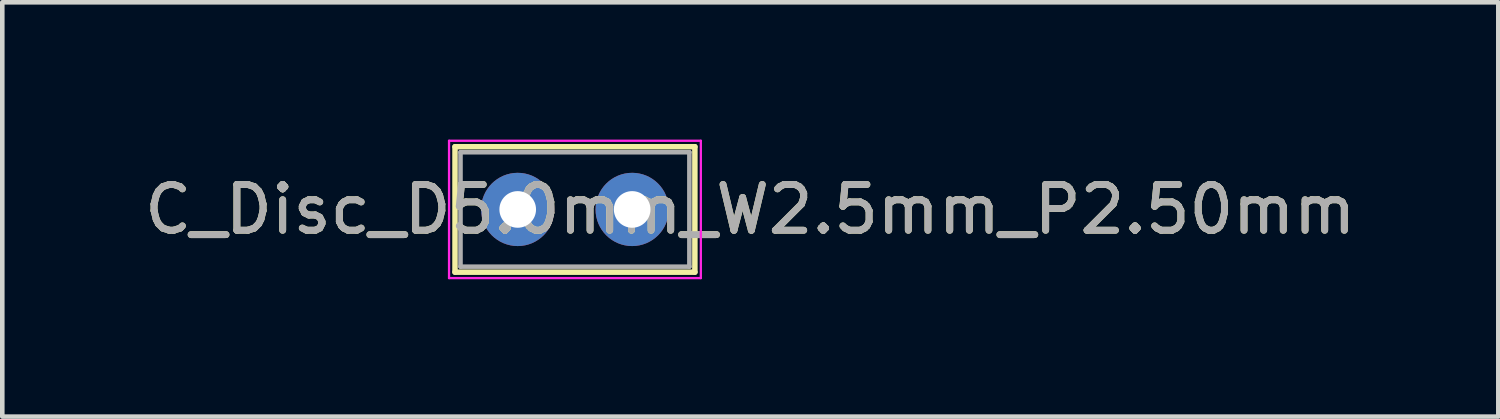
<source format=kicad_pcb>
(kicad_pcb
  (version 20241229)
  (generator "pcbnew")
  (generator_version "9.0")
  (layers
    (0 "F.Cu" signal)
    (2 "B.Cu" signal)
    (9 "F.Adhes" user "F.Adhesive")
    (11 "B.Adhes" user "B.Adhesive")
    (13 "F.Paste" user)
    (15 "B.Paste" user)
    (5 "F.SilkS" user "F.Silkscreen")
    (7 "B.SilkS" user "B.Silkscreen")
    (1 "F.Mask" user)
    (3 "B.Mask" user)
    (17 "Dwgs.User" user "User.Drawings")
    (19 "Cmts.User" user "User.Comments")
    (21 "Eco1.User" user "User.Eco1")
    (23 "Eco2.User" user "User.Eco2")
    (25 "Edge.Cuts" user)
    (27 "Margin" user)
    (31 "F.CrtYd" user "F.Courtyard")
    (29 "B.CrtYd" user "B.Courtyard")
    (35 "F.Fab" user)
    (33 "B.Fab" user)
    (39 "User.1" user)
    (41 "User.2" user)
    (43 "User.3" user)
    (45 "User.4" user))
  (footprint "C_Disc_D5.0mm_W2.5mm_P2.50mm"
    (layer "F.Cu")
    (at 8.259 1.525)
    (property "Reference" "C_Disc_D5.0mm_W2.5mm_P2.50mm" (at 5.08 0 0) (layer "F.SilkS") (effects (font (size 1 1) (thickness 0.15))))
    (attr through_hole)
    (fp_line (start -1.37 -1.37) (end -1.37 1.37) (stroke (width 0.12) (type solid)) (layer "F.SilkS"))
    (fp_line (start -1.37 -1.37) (end 3.87 -1.37) (stroke (width 0.12) (type solid)) (layer "F.SilkS"))
    (fp_line (start -1.37 1.37) (end 3.87 1.37) (stroke (width 0.12) (type solid)) (layer "F.SilkS"))
    (fp_line (start 3.87 -1.37) (end 3.87 1.37) (stroke (width 0.12) (type solid)) (layer "F.SilkS"))
    (fp_line (start -1.5 -1.5) (end -1.5 1.5) (stroke (width 0.05) (type solid)) (layer "F.CrtYd"))
    (fp_line (start -1.5 1.5) (end 4 1.5) (stroke (width 0.05) (type solid)) (layer "F.CrtYd"))
    (fp_line (start 4 -1.5) (end -1.5 -1.5) (stroke (width 0.05) (type solid)) (layer "F.CrtYd"))
    (fp_line (start 4 1.5) (end 4 -1.5) (stroke (width 0.05) (type solid)) (layer "F.CrtYd"))
    (fp_line (start -1.25 -1.25) (end -1.25 1.25) (stroke (width 0.1) (type solid)) (layer "F.Fab"))
    (fp_line (start -1.25 1.25) (end 3.75 1.25) (stroke (width 0.1) (type solid)) (layer "F.Fab"))
    (fp_line (start 3.75 -1.25) (end -1.25 -1.25) (stroke (width 0.1) (type solid)) (layer "F.Fab"))
    (fp_line (start 3.75 1.25) (end 3.75 -1.25) (stroke (width 0.1) (type solid)) (layer "F.Fab"))
    (fp_text user "${REFERENCE}" (at 5.08 0 0) (layer "F.Fab") (effects (font (size 1 1) (thickness 0.15))))
    (pad "1" thru_hole circle (at 0 0) (size 1.6 1.6) (drill 0.8) (layers "*.Cu" "*.Mask"))
    (pad "2" thru_hole circle (at 2.5 0) (size 1.6 1.6) (drill 0.8) (layers "*.Cu" "*.Mask")))
  (gr_rect
    (start -3 -3)
    (end 29.679 6.05)
    (stroke (width 0.1) (type default))
    (fill no)
    (layer "Edge.Cuts")))
</source>
